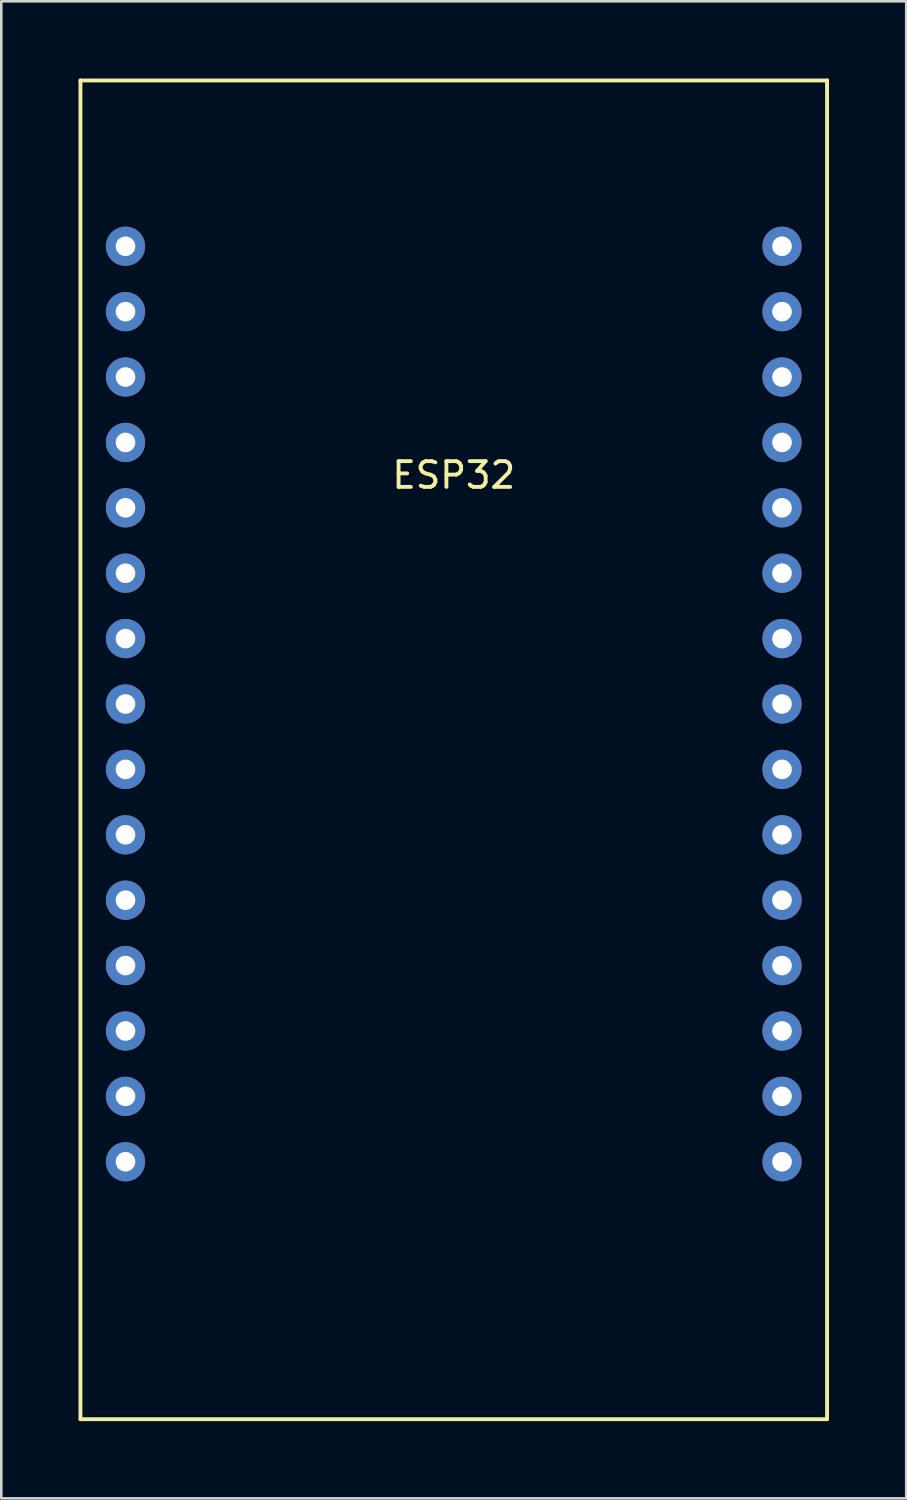
<source format=kicad_pcb>
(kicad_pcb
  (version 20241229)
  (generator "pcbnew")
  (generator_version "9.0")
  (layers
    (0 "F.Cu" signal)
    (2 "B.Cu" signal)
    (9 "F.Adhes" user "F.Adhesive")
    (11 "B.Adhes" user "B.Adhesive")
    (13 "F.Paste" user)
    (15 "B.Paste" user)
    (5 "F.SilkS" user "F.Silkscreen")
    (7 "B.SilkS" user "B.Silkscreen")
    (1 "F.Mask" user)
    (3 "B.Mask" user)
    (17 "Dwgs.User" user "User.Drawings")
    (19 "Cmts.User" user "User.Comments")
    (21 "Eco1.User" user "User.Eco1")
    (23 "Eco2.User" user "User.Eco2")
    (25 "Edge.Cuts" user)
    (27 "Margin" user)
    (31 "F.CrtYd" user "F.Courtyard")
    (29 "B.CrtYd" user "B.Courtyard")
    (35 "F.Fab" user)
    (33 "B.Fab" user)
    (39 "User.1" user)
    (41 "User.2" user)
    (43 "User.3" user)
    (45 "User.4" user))
  (footprint "ESP32"
    (layer "F.Cu")
    (at 14.575 26.075)
    (property "Reference" "ESP32" (at 0 -10.668 0) (layer "F.SilkS") (effects (font (size 1 1) (thickness 0.15))))
    (attr through_hole)
    (fp_line (start -14.5 -26) (end -14.5 26) (stroke (width 0.15) (type solid)) (layer "F.SilkS"))
    (fp_line (start -14.5 -26) (end 14.5 -26) (stroke (width 0.15) (type solid)) (layer "F.SilkS"))
    (fp_line (start 14.5 26) (end -14.5 26) (stroke (width 0.15) (type solid)) (layer "F.SilkS"))
    (fp_line (start 14.5 26) (end 14.5 -26) (stroke (width 0.15) (type solid)) (layer "F.SilkS"))
    (pad "" thru_hole circle (at -12.75 -19.56) (size 1.524 1.524) (drill 0.762) (layers "*.Cu" "*.Mask"))
    (pad "" thru_hole circle (at -12.75 -17.02) (size 1.524 1.524) (drill 0.762) (layers "*.Cu" "*.Mask"))
    (pad "" thru_hole circle (at -12.75 -14.48) (size 1.524 1.524) (drill 0.762) (layers "*.Cu" "*.Mask"))
    (pad "" thru_hole circle (at -12.75 -11.94) (size 1.524 1.524) (drill 0.762) (layers "*.Cu" "*.Mask"))
    (pad "" thru_hole circle (at -12.75 -9.4) (size 1.524 1.524) (drill 0.762) (layers "*.Cu" "*.Mask"))
    (pad "" thru_hole circle (at -12.75 -6.86) (size 1.524 1.524) (drill 0.762) (layers "*.Cu" "*.Mask"))
    (pad "" thru_hole circle (at -12.75 -4.32) (size 1.524 1.524) (drill 0.762) (layers "*.Cu" "*.Mask"))
    (pad "" thru_hole circle (at -12.75 -1.78) (size 1.524 1.524) (drill 0.762) (layers "*.Cu" "*.Mask"))
    (pad "" thru_hole circle (at -12.75 0.76) (size 1.524 1.524) (drill 0.762) (layers "*.Cu" "*.Mask"))
    (pad "" thru_hole circle (at -12.75 3.3) (size 1.524 1.524) (drill 0.762) (layers "*.Cu" "*.Mask"))
    (pad "" thru_hole circle (at -12.75 5.84) (size 1.524 1.524) (drill 0.762) (layers "*.Cu" "*.Mask"))
    (pad "" thru_hole circle (at -12.75 8.38) (size 1.524 1.524) (drill 0.762) (layers "*.Cu" "*.Mask"))
    (pad "" thru_hole circle (at -12.75 10.92) (size 1.524 1.524) (drill 0.762) (layers "*.Cu" "*.Mask"))
    (pad "" thru_hole circle (at -12.75 13.46) (size 1.524 1.524) (drill 0.762) (layers "*.Cu" "*.Mask"))
    (pad "" thru_hole circle (at -12.75 16) (size 1.524 1.524) (drill 0.762) (layers "*.Cu" "*.Mask"))
    (pad "" thru_hole circle (at 12.75 -19.56) (size 1.524 1.524) (drill 0.762) (layers "*.Cu" "*.Mask"))
    (pad "" thru_hole circle (at 12.75 -17.02) (size 1.524 1.524) (drill 0.762) (layers "*.Cu" "*.Mask"))
    (pad "" thru_hole circle (at 12.75 -14.48) (size 1.524 1.524) (drill 0.762) (layers "*.Cu" "*.Mask"))
    (pad "" thru_hole circle (at 12.75 -11.94) (size 1.524 1.524) (drill 0.762) (layers "*.Cu" "*.Mask"))
    (pad "" thru_hole circle (at 12.75 -9.4) (size 1.524 1.524) (drill 0.762) (layers "*.Cu" "*.Mask"))
    (pad "" thru_hole circle (at 12.75 -6.86) (size 1.524 1.524) (drill 0.762) (layers "*.Cu" "*.Mask"))
    (pad "" thru_hole circle (at 12.75 -4.32) (size 1.524 1.524) (drill 0.762) (layers "*.Cu" "*.Mask"))
    (pad "" thru_hole circle (at 12.75 -1.78) (size 1.524 1.524) (drill 0.762) (layers "*.Cu" "*.Mask"))
    (pad "" thru_hole circle (at 12.75 0.76) (size 1.524 1.524) (drill 0.762) (layers "*.Cu" "*.Mask"))
    (pad "" thru_hole circle (at 12.75 3.3) (size 1.524 1.524) (drill 0.762) (layers "*.Cu" "*.Mask"))
    (pad "" thru_hole circle (at 12.75 5.84) (size 1.524 1.524) (drill 0.762) (layers "*.Cu" "*.Mask"))
    (pad "" thru_hole circle (at 12.75 8.38) (size 1.524 1.524) (drill 0.762) (layers "*.Cu" "*.Mask"))
    (pad "" thru_hole circle (at 12.75 10.92) (size 1.524 1.524) (drill 0.762) (layers "*.Cu" "*.Mask"))
    (pad "" thru_hole circle (at 12.75 13.46) (size 1.524 1.524) (drill 0.762) (layers "*.Cu" "*.Mask"))
    (pad "" thru_hole circle (at 12.75 16) (size 1.524 1.524) (drill 0.762) (layers "*.Cu" "*.Mask")))
  (gr_rect
    (start -3 -3)
    (end 32.15 55.15)
    (stroke (width 0.1) (type default))
    (fill no)
    (layer "Edge.Cuts")))
</source>
